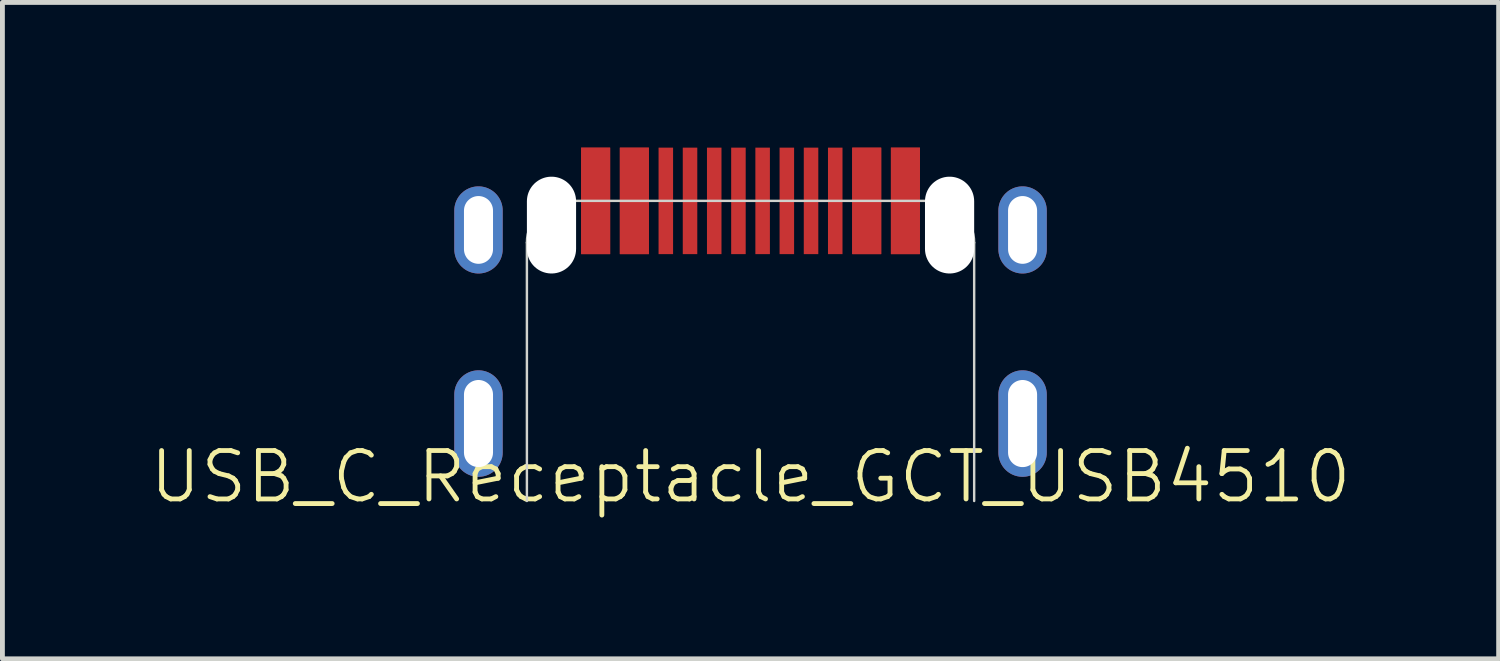
<source format=kicad_pcb>
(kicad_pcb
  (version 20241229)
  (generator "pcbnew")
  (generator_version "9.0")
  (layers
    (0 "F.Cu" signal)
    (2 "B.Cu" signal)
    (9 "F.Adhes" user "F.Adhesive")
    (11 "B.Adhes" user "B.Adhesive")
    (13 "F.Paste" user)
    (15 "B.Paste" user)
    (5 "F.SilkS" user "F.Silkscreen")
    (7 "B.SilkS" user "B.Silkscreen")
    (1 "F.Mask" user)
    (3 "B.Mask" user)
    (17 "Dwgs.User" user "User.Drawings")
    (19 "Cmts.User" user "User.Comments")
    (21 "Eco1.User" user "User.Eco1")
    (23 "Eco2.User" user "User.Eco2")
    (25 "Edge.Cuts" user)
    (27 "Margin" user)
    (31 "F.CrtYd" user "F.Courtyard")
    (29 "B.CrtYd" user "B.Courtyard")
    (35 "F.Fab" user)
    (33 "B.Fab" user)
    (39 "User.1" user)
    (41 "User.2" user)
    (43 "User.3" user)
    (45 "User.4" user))
  (footprint "USB_C_Receptacle_GCT_USB4510"
    (layer "F.Cu")
    (at 12.455 7.3)
    (property "Reference" "USB_C_Receptacle_GCT_USB4510" (at 0 -0.5 0) (unlocked yes) (layer "F.SilkS") (effects (font (size 1 1) (thickness 0.1))))
    (attr through_hole)
    (fp_line (start -4.62 -5.336) (end -4.62 0) (stroke (width 0.05) (type default)) (layer "Edge.Cuts"))
    (fp_line (start -3.756 -6.2) (end 3.756 -6.2) (stroke (width 0.05) (type default)) (layer "Edge.Cuts"))
    (fp_line (start 4.62 -5.336) (end 4.62 0) (stroke (width 0.05) (type default)) (layer "Edge.Cuts"))
    (fp_arc (start -4.62 -5.3364) (mid -4.367057 -5.947057) (end -3.7564 -6.2) (stroke (width 0.05) (type default)) (layer "Edge.Cuts"))
    (fp_arc (start 3.7564 -6.2) (mid 4.367057 -5.947057) (end 4.62 -5.3364) (stroke (width 0.05) (type default)) (layer "Edge.Cuts"))
    (pad "" np_thru_hole oval (at -4.112 -5.7) (size 1.016 2) (drill oval 1.016 2) (layers "*.Cu" "*.Mask"))
    (pad "" np_thru_hole oval (at 4.112 -5.7) (size 1.016 2) (drill oval 1.016 2) (layers "*.Cu" "*.Mask"))
    (pad "A1" smd rect (at -3.2 -6.2) (size 0.6 2.2) (layers "F.Cu" "F.Mask" "F.Paste"))
    (pad "A4" smd rect (at -2.4 -6.2) (size 0.6 2.2) (layers "F.Cu" "F.Mask" "F.Paste"))
    (pad "A5" smd rect (at -1.25 -6.2) (size 0.3 2.2) (layers "F.Cu" "F.Mask" "F.Paste"))
    (pad "A6" smd rect (at -0.25 -6.2) (size 0.3 2.2) (layers "F.Cu" "F.Mask" "F.Paste"))
    (pad "A7" smd rect (at 0.25 -6.2) (size 0.3 2.2) (layers "F.Cu" "F.Mask" "F.Paste"))
    (pad "A8" smd rect (at 1.25 -6.2) (size 0.3 2.2) (layers "F.Cu" "F.Mask" "F.Paste"))
    (pad "A9" smd rect (at 2.4 -6.2) (size 0.6 2.2) (layers "F.Cu" "F.Mask" "F.Paste"))
    (pad "A12" smd rect (at 3.2 -6.2) (size 0.6 2.2) (layers "F.Cu" "F.Mask" "F.Paste"))
    (pad "B1" smd rect (at 3.2 -6.2) (size 0.6 2.2) (layers "F.Cu" "F.Mask" "F.Paste"))
    (pad "B4" smd rect (at 2.4 -6.2) (size 0.6 2.2) (layers "F.Cu" "F.Mask" "F.Paste"))
    (pad "B5" smd rect (at 1.75 -6.2) (size 0.3 2.2) (layers "F.Cu" "F.Mask" "F.Paste"))
    (pad "B6" smd rect (at 0.75 -6.2) (size 0.3 2.2) (layers "F.Cu" "F.Mask" "F.Paste"))
    (pad "B7" smd rect (at -0.75 -6.2) (size 0.3 2.2) (layers "F.Cu" "F.Mask" "F.Paste"))
    (pad "B8" smd rect (at -1.75 -6.2) (size 0.3 2.2) (layers "F.Cu" "F.Mask" "F.Paste"))
    (pad "B9" smd rect (at -2.4 -6.2) (size 0.6 2.2) (layers "F.Cu" "F.Mask" "F.Paste"))
    (pad "B12" smd rect (at -3.2 -6.2) (size 0.6 2.2) (layers "F.Cu" "F.Mask" "F.Paste"))
    (pad "S1" thru_hole oval (at -5.62 -5.6) (size 1 1.8) (drill oval 0.6 1.4) (layers "*.Cu" "*.Mask"))
    (pad "S1" thru_hole oval (at -5.62 -1.6) (size 1 2.2) (drill oval 0.6 1.8) (layers "*.Cu" "*.Mask"))
    (pad "S1" thru_hole oval (at 5.62 -5.6) (size 1 1.8) (drill oval 0.6 1.4) (layers "*.Cu" "*.Mask"))
    (pad "S1" thru_hole oval (at 5.62 -1.6) (size 1 2.2) (drill oval 0.6 1.8) (layers "*.Cu" "*.Mask")))
  (gr_rect
    (start -3 -3)
    (end 27.91 10.56)
    (stroke (width 0.1) (type default))
    (fill no)
    (layer "Edge.Cuts")))
</source>
